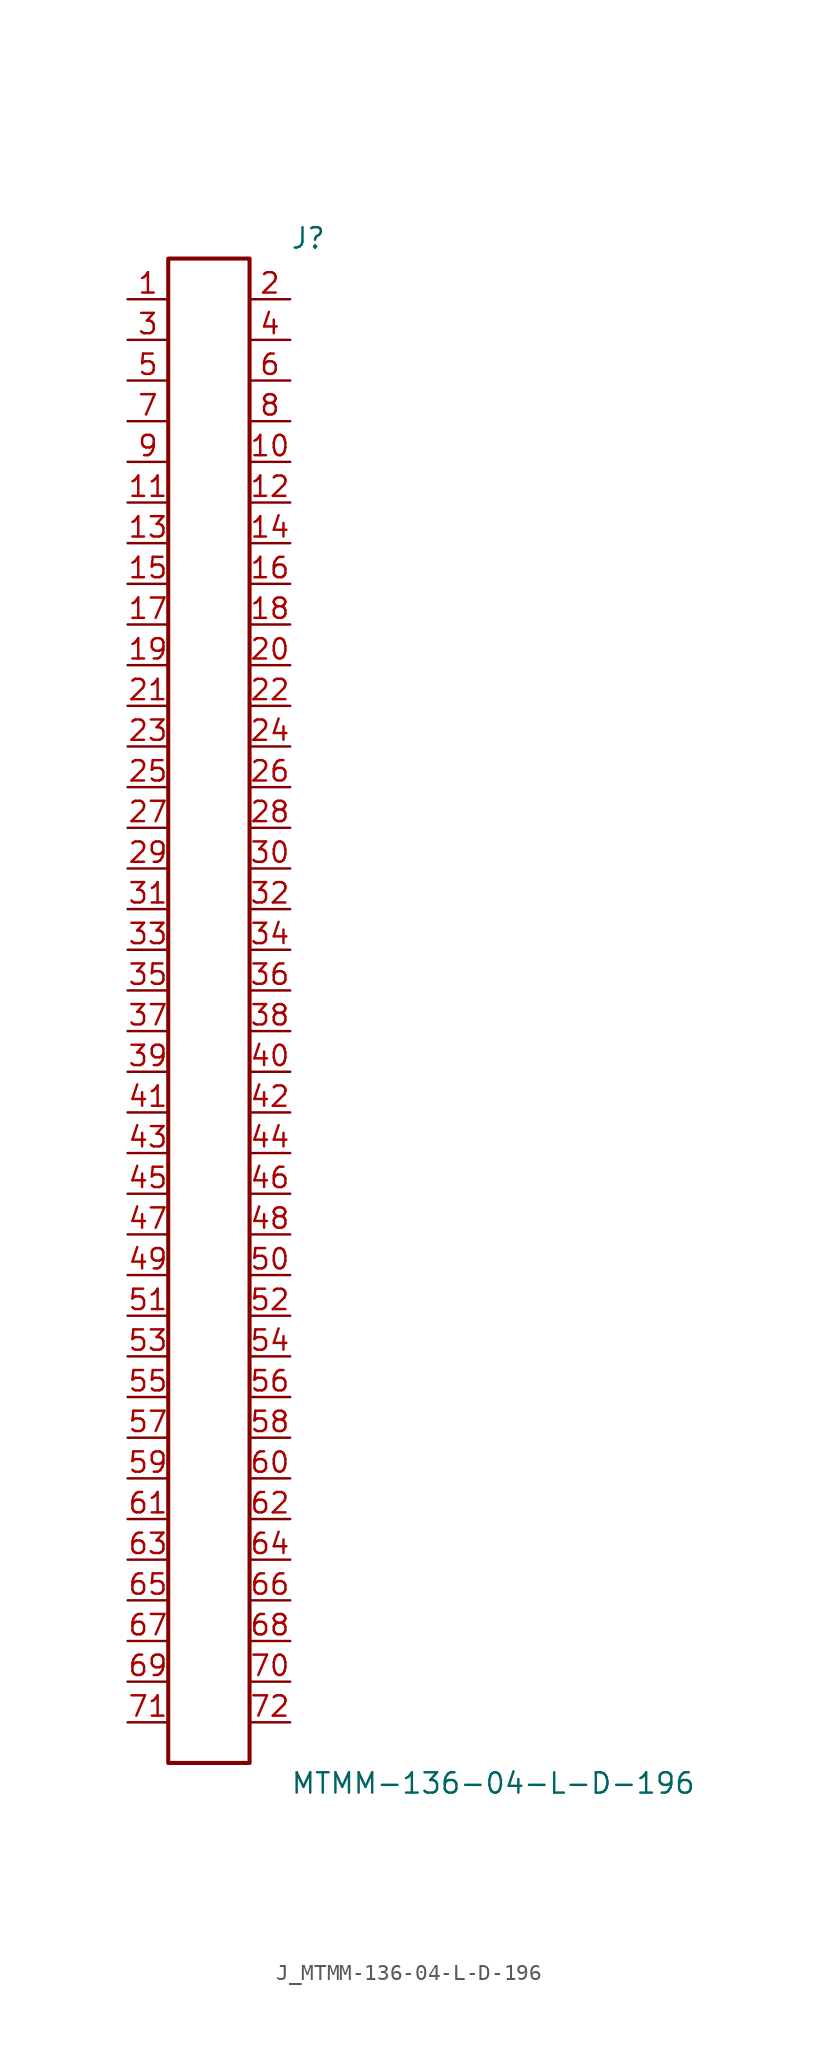
<source format=kicad_sym>
(kicad_symbol_lib
  (version 20231120)
  (generator kicad_symbol_editor)
  (generator_version 8.0)
  (symbol "J_MTMM-136-04-L-D-196"
    (pin_names
      (offset 0.254))
    (property "Reference" "J"
      (at 5.08 48.26 0)
      (effects (font (size 1.27 1.27)) (justify left)))
    (property "Value" "MTMM-136-04-L-D-196"
      (at 5.08 -48.26 0)
      (effects (font (size 1.27 1.27)) (justify left)))
    (symbol "J_MTMM-136-04-L-D-196_0_0"
      (pin passive line (at -5.08 44.45 0) (length 2.54) (name "" (effects (font (size 1.27 1.27)))) (number "1" (effects (font (size 1.27 1.27)))))
      (pin passive line (at 5.08 44.45 180) (length 2.54) (name "" (effects (font (size 1.27 1.27)))) (number "2" (effects (font (size 1.27 1.27)))))
      (pin passive line (at -5.08 41.91 0) (length 2.54) (name "" (effects (font (size 1.27 1.27)))) (number "3" (effects (font (size 1.27 1.27)))))
      (pin passive line (at 5.08 41.91 180) (length 2.54) (name "" (effects (font (size 1.27 1.27)))) (number "4" (effects (font (size 1.27 1.27)))))
      (pin passive line (at -5.08 39.37 0) (length 2.54) (name "" (effects (font (size 1.27 1.27)))) (number "5" (effects (font (size 1.27 1.27)))))
      (pin passive line (at 5.08 39.37 180) (length 2.54) (name "" (effects (font (size 1.27 1.27)))) (number "6" (effects (font (size 1.27 1.27)))))
      (pin passive line (at -5.08 36.83 0) (length 2.54) (name "" (effects (font (size 1.27 1.27)))) (number "7" (effects (font (size 1.27 1.27)))))
      (pin passive line (at 5.08 36.83 180) (length 2.54) (name "" (effects (font (size 1.27 1.27)))) (number "8" (effects (font (size 1.27 1.27)))))
      (pin passive line (at -5.08 34.29 0) (length 2.54) (name "" (effects (font (size 1.27 1.27)))) (number "9" (effects (font (size 1.27 1.27)))))
      (pin passive line (at 5.08 34.29 180) (length 2.54) (name "" (effects (font (size 1.27 1.27)))) (number "10" (effects (font (size 1.27 1.27)))))
      (pin passive line (at -5.08 31.75 0) (length 2.54) (name "" (effects (font (size 1.27 1.27)))) (number "11" (effects (font (size 1.27 1.27)))))
      (pin passive line (at 5.08 31.75 180) (length 2.54) (name "" (effects (font (size 1.27 1.27)))) (number "12" (effects (font (size 1.27 1.27)))))
      (pin passive line (at -5.08 29.21 0) (length 2.54) (name "" (effects (font (size 1.27 1.27)))) (number "13" (effects (font (size 1.27 1.27)))))
      (pin passive line (at 5.08 29.21 180) (length 2.54) (name "" (effects (font (size 1.27 1.27)))) (number "14" (effects (font (size 1.27 1.27)))))
      (pin passive line (at -5.08 26.67 0) (length 2.54) (name "" (effects (font (size 1.27 1.27)))) (number "15" (effects (font (size 1.27 1.27)))))
      (pin passive line (at 5.08 26.67 180) (length 2.54) (name "" (effects (font (size 1.27 1.27)))) (number "16" (effects (font (size 1.27 1.27)))))
      (pin passive line (at -5.08 24.13 0) (length 2.54) (name "" (effects (font (size 1.27 1.27)))) (number "17" (effects (font (size 1.27 1.27)))))
      (pin passive line (at 5.08 24.13 180) (length 2.54) (name "" (effects (font (size 1.27 1.27)))) (number "18" (effects (font (size 1.27 1.27)))))
      (pin passive line (at -5.08 21.59 0) (length 2.54) (name "" (effects (font (size 1.27 1.27)))) (number "19" (effects (font (size 1.27 1.27)))))
      (pin passive line (at 5.08 21.59 180) (length 2.54) (name "" (effects (font (size 1.27 1.27)))) (number "20" (effects (font (size 1.27 1.27)))))
      (pin passive line (at -5.08 19.05 0) (length 2.54) (name "" (effects (font (size 1.27 1.27)))) (number "21" (effects (font (size 1.27 1.27)))))
      (pin passive line (at 5.08 19.05 180) (length 2.54) (name "" (effects (font (size 1.27 1.27)))) (number "22" (effects (font (size 1.27 1.27)))))
      (pin passive line (at -5.08 16.51 0) (length 2.54) (name "" (effects (font (size 1.27 1.27)))) (number "23" (effects (font (size 1.27 1.27)))))
      (pin passive line (at 5.08 16.51 180) (length 2.54) (name "" (effects (font (size 1.27 1.27)))) (number "24" (effects (font (size 1.27 1.27)))))
      (pin passive line (at -5.08 13.97 0) (length 2.54) (name "" (effects (font (size 1.27 1.27)))) (number "25" (effects (font (size 1.27 1.27)))))
      (pin passive line (at 5.08 13.97 180) (length 2.54) (name "" (effects (font (size 1.27 1.27)))) (number "26" (effects (font (size 1.27 1.27)))))
      (pin passive line (at -5.08 11.43 0) (length 2.54) (name "" (effects (font (size 1.27 1.27)))) (number "27" (effects (font (size 1.27 1.27)))))
      (pin passive line (at 5.08 11.43 180) (length 2.54) (name "" (effects (font (size 1.27 1.27)))) (number "28" (effects (font (size 1.27 1.27)))))
      (pin passive line (at -5.08 8.89 0) (length 2.54) (name "" (effects (font (size 1.27 1.27)))) (number "29" (effects (font (size 1.27 1.27)))))
      (pin passive line (at 5.08 8.89 180) (length 2.54) (name "" (effects (font (size 1.27 1.27)))) (number "30" (effects (font (size 1.27 1.27)))))
      (pin passive line (at -5.08 6.35 0) (length 2.54) (name "" (effects (font (size 1.27 1.27)))) (number "31" (effects (font (size 1.27 1.27)))))
      (pin passive line (at 5.08 6.35 180) (length 2.54) (name "" (effects (font (size 1.27 1.27)))) (number "32" (effects (font (size 1.27 1.27)))))
      (pin passive line (at -5.08 3.81 0) (length 2.54) (name "" (effects (font (size 1.27 1.27)))) (number "33" (effects (font (size 1.27 1.27)))))
      (pin passive line (at 5.08 3.81 180) (length 2.54) (name "" (effects (font (size 1.27 1.27)))) (number "34" (effects (font (size 1.27 1.27)))))
      (pin passive line (at -5.08 1.27 0) (length 2.54) (name "" (effects (font (size 1.27 1.27)))) (number "35" (effects (font (size 1.27 1.27)))))
      (pin passive line (at 5.08 1.27 180) (length 2.54) (name "" (effects (font (size 1.27 1.27)))) (number "36" (effects (font (size 1.27 1.27)))))
      (pin passive line (at -5.08 -1.27 0) (length 2.54) (name "" (effects (font (size 1.27 1.27)))) (number "37" (effects (font (size 1.27 1.27)))))
      (pin passive line (at 5.08 -1.27 180) (length 2.54) (name "" (effects (font (size 1.27 1.27)))) (number "38" (effects (font (size 1.27 1.27)))))
      (pin passive line (at -5.08 -3.81 0) (length 2.54) (name "" (effects (font (size 1.27 1.27)))) (number "39" (effects (font (size 1.27 1.27)))))
      (pin passive line (at 5.08 -3.81 180) (length 2.54) (name "" (effects (font (size 1.27 1.27)))) (number "40" (effects (font (size 1.27 1.27)))))
      (pin passive line (at -5.08 -6.35 0) (length 2.54) (name "" (effects (font (size 1.27 1.27)))) (number "41" (effects (font (size 1.27 1.27)))))
      (pin passive line (at 5.08 -6.35 180) (length 2.54) (name "" (effects (font (size 1.27 1.27)))) (number "42" (effects (font (size 1.27 1.27)))))
      (pin passive line (at -5.08 -8.89 0) (length 2.54) (name "" (effects (font (size 1.27 1.27)))) (number "43" (effects (font (size 1.27 1.27)))))
      (pin passive line (at 5.08 -8.89 180) (length 2.54) (name "" (effects (font (size 1.27 1.27)))) (number "44" (effects (font (size 1.27 1.27)))))
      (pin passive line (at -5.08 -11.43 0) (length 2.54) (name "" (effects (font (size 1.27 1.27)))) (number "45" (effects (font (size 1.27 1.27)))))
      (pin passive line (at 5.08 -11.43 180) (length 2.54) (name "" (effects (font (size 1.27 1.27)))) (number "46" (effects (font (size 1.27 1.27)))))
      (pin passive line (at -5.08 -13.97 0) (length 2.54) (name "" (effects (font (size 1.27 1.27)))) (number "47" (effects (font (size 1.27 1.27)))))
      (pin passive line (at 5.08 -13.97 180) (length 2.54) (name "" (effects (font (size 1.27 1.27)))) (number "48" (effects (font (size 1.27 1.27)))))
      (pin passive line (at -5.08 -16.51 0) (length 2.54) (name "" (effects (font (size 1.27 1.27)))) (number "49" (effects (font (size 1.27 1.27)))))
      (pin passive line (at 5.08 -16.51 180) (length 2.54) (name "" (effects (font (size 1.27 1.27)))) (number "50" (effects (font (size 1.27 1.27)))))
      (pin passive line (at -5.08 -19.05 0) (length 2.54) (name "" (effects (font (size 1.27 1.27)))) (number "51" (effects (font (size 1.27 1.27)))))
      (pin passive line (at 5.08 -19.05 180) (length 2.54) (name "" (effects (font (size 1.27 1.27)))) (number "52" (effects (font (size 1.27 1.27)))))
      (pin passive line (at -5.08 -21.59 0) (length 2.54) (name "" (effects (font (size 1.27 1.27)))) (number "53" (effects (font (size 1.27 1.27)))))
      (pin passive line (at 5.08 -21.59 180) (length 2.54) (name "" (effects (font (size 1.27 1.27)))) (number "54" (effects (font (size 1.27 1.27)))))
      (pin passive line (at -5.08 -24.13 0) (length 2.54) (name "" (effects (font (size 1.27 1.27)))) (number "55" (effects (font (size 1.27 1.27)))))
      (pin passive line (at 5.08 -24.13 180) (length 2.54) (name "" (effects (font (size 1.27 1.27)))) (number "56" (effects (font (size 1.27 1.27)))))
      (pin passive line (at -5.08 -26.67 0) (length 2.54) (name "" (effects (font (size 1.27 1.27)))) (number "57" (effects (font (size 1.27 1.27)))))
      (pin passive line (at 5.08 -26.67 180) (length 2.54) (name "" (effects (font (size 1.27 1.27)))) (number "58" (effects (font (size 1.27 1.27)))))
      (pin passive line (at -5.08 -29.21 0) (length 2.54) (name "" (effects (font (size 1.27 1.27)))) (number "59" (effects (font (size 1.27 1.27)))))
      (pin passive line (at 5.08 -29.21 180) (length 2.54) (name "" (effects (font (size 1.27 1.27)))) (number "60" (effects (font (size 1.27 1.27)))))
      (pin passive line (at -5.08 -31.75 0) (length 2.54) (name "" (effects (font (size 1.27 1.27)))) (number "61" (effects (font (size 1.27 1.27)))))
      (pin passive line (at 5.08 -31.75 180) (length 2.54) (name "" (effects (font (size 1.27 1.27)))) (number "62" (effects (font (size 1.27 1.27)))))
      (pin passive line (at -5.08 -34.29 0) (length 2.54) (name "" (effects (font (size 1.27 1.27)))) (number "63" (effects (font (size 1.27 1.27)))))
      (pin passive line (at 5.08 -34.29 180) (length 2.54) (name "" (effects (font (size 1.27 1.27)))) (number "64" (effects (font (size 1.27 1.27)))))
      (pin passive line (at -5.08 -36.83 0) (length 2.54) (name "" (effects (font (size 1.27 1.27)))) (number "65" (effects (font (size 1.27 1.27)))))
      (pin passive line (at 5.08 -36.83 180) (length 2.54) (name "" (effects (font (size 1.27 1.27)))) (number "66" (effects (font (size 1.27 1.27)))))
      (pin passive line (at -5.08 -39.37 0) (length 2.54) (name "" (effects (font (size 1.27 1.27)))) (number "67" (effects (font (size 1.27 1.27)))))
      (pin passive line (at 5.08 -39.37 180) (length 2.54) (name "" (effects (font (size 1.27 1.27)))) (number "68" (effects (font (size 1.27 1.27)))))
      (pin passive line (at -5.08 -41.91 0) (length 2.54) (name "" (effects (font (size 1.27 1.27)))) (number "69" (effects (font (size 1.27 1.27)))))
      (pin passive line (at 5.08 -41.91 180) (length 2.54) (name "" (effects (font (size 1.27 1.27)))) (number "70" (effects (font (size 1.27 1.27)))))
      (pin passive line (at -5.08 -44.45 0) (length 2.54) (name "" (effects (font (size 1.27 1.27)))) (number "71" (effects (font (size 1.27 1.27)))))
      (pin passive line (at 5.08 -44.45 180) (length 2.54) (name "" (effects (font (size 1.27 1.27)))) (number "72" (effects (font (size 1.27 1.27))))))
    (symbol "J_MTMM-136-04-L-D-196_1_0"
      (rectangle (start -2.54 46.99) (end 2.54 -46.99) (stroke (width 0.254) (type solid)) (fill (type none))))))
</source>
